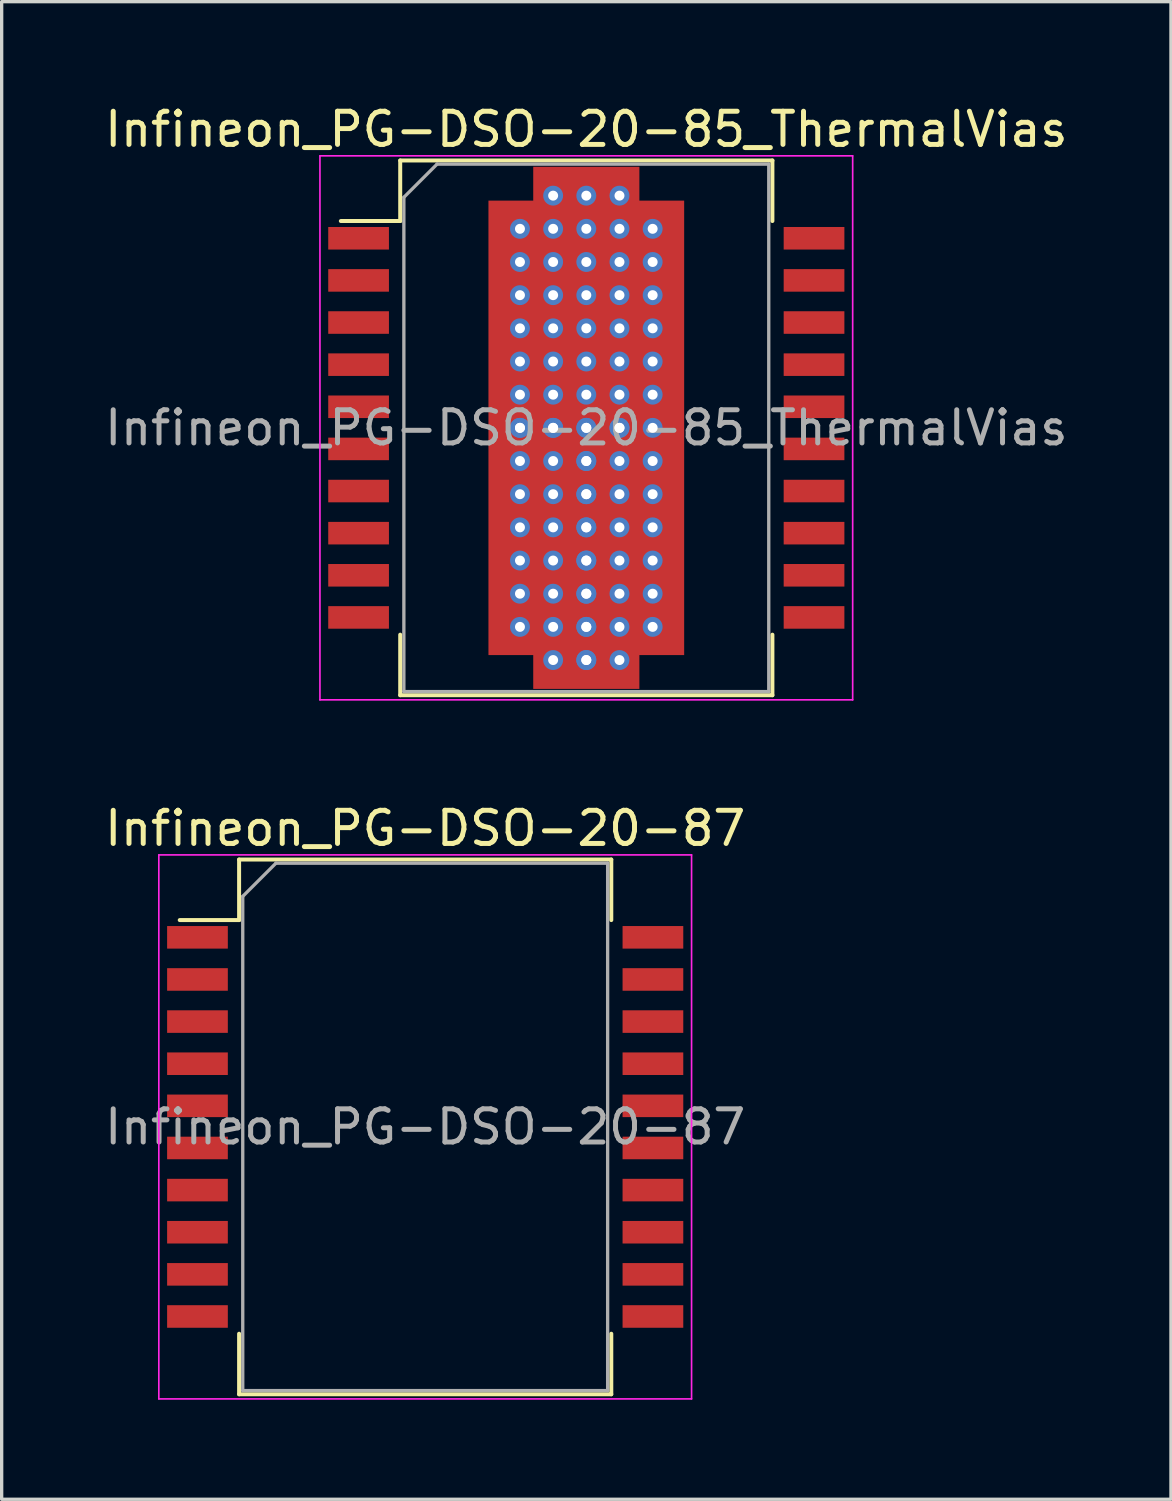
<source format=kicad_pcb>
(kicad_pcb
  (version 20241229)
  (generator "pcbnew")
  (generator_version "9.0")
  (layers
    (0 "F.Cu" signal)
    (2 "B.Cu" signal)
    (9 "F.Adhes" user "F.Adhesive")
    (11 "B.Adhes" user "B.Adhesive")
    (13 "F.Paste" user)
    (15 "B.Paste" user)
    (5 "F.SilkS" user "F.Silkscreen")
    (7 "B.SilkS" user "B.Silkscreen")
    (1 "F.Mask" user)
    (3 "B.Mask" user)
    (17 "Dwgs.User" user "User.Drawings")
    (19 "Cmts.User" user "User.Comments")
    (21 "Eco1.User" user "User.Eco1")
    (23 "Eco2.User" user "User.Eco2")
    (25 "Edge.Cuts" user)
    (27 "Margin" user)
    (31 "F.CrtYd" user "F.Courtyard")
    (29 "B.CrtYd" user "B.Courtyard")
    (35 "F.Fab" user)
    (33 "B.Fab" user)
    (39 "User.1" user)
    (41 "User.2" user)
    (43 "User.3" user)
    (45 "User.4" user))
  (footprint "Infineon_PG-DSO-20-85_ThermalVias"
    (layer "F.Cu")
    (at 14.625 9.848)
    (property "Reference" "Infineon_PG-DSO-20-85_ThermalVias" (at 0 -9 0) (layer "F.SilkS") (effects (font (size 1 1) (thickness 0.15))))
    (attr smd)
    (fp_line (start -7.4 -6.235) (end -5.61 -6.235) (stroke (width 0.12) (type solid)) (layer "F.SilkS"))
    (fp_line (start -5.61 -8.06) (end 5.61 -8.06) (stroke (width 0.12) (type solid)) (layer "F.SilkS"))
    (fp_line (start -5.61 -6.235) (end -5.61 -8.06) (stroke (width 0.12) (type solid)) (layer "F.SilkS"))
    (fp_line (start -5.61 6.235) (end -5.61 8.06) (stroke (width 0.12) (type solid)) (layer "F.SilkS"))
    (fp_line (start 5.61 -6.235) (end 5.61 -8.06) (stroke (width 0.12) (type solid)) (layer "F.SilkS"))
    (fp_line (start 5.61 6.235) (end 5.61 8.06) (stroke (width 0.12) (type solid)) (layer "F.SilkS"))
    (fp_line (start 5.61 8.06) (end -5.61 8.06) (stroke (width 0.12) (type solid)) (layer "F.SilkS"))
    (fp_line (start -8.03 -8.2) (end 8.03 -8.2) (stroke (width 0.05) (type solid)) (layer "F.CrtYd"))
    (fp_line (start -8.03 8.2) (end -8.03 -8.2) (stroke (width 0.05) (type solid)) (layer "F.CrtYd"))
    (fp_line (start -8.03 8.2) (end 8.03 8.2) (stroke (width 0.05) (type solid)) (layer "F.CrtYd"))
    (fp_line (start 8.03 8.2) (end 8.03 -8.2) (stroke (width 0.05) (type solid)) (layer "F.CrtYd"))
    (fp_line (start -5.5 -6.95) (end -4.5 -7.95) (stroke (width 0.1) (type solid)) (layer "F.Fab"))
    (fp_line (start -5.5 7.95) (end -5.5 -6.95) (stroke (width 0.1) (type solid)) (layer "F.Fab"))
    (fp_line (start -4.5 -7.95) (end 5.5 -7.95) (stroke (width 0.1) (type solid)) (layer "F.Fab"))
    (fp_line (start 5.5 -7.95) (end 5.5 7.95) (stroke (width 0.1) (type solid)) (layer "F.Fab"))
    (fp_line (start 5.5 7.95) (end -5.5 7.95) (stroke (width 0.1) (type solid)) (layer "F.Fab"))
    (fp_text user "${REFERENCE}" (at 0 0 0) (layer "F.Fab") (effects (font (size 1 1) (thickness 0.15))))
    (pad "" smd rect (at -1.4 -4.95) (size 2.4 2.8) (layers "F.Paste"))
    (pad "" smd rect (at -1.4 -1.65) (size 2.4 2.8) (layers "F.Paste"))
    (pad "" smd rect (at -1.4 1.65) (size 2.4 2.8) (layers "F.Paste"))
    (pad "" smd rect (at -1.4 4.95) (size 2.4 2.8) (layers "F.Paste"))
    (pad "" smd rect (at 0 -7.36) (size 3.2 1) (layers "F.Paste"))
    (pad "" smd rect (at 0 7.36) (size 3.2 1) (layers "F.Paste"))
    (pad "" smd rect (at 1.4 -4.95) (size 2.4 2.8) (layers "F.Paste"))
    (pad "" smd rect (at 1.4 -1.65) (size 2.4 2.8) (layers "F.Paste"))
    (pad "" smd rect (at 1.4 1.65) (size 2.4 2.8) (layers "F.Paste"))
    (pad "" smd rect (at 1.4 4.95) (size 2.4 2.8) (layers "F.Paste"))
    (pad "1" smd rect (at -6.865 -5.715) (size 1.83 0.68) (layers "F.Cu" "F.Mask" "F.Paste"))
    (pad "1" thru_hole circle (at -2 -6) (size 0.6 0.6) (drill 0.3) (layers "*.Cu" "*.Mask"))
    (pad "1" thru_hole circle (at -2 -5) (size 0.6 0.6) (drill 0.3) (layers "*.Cu" "*.Mask"))
    (pad "1" thru_hole circle (at -2 -4) (size 0.6 0.6) (drill 0.3) (layers "*.Cu" "*.Mask"))
    (pad "1" thru_hole circle (at -2 -3) (size 0.6 0.6) (drill 0.3) (layers "*.Cu" "*.Mask"))
    (pad "1" thru_hole circle (at -2 -2) (size 0.6 0.6) (drill 0.3) (layers "*.Cu" "*.Mask"))
    (pad "1" thru_hole circle (at -2 -1) (size 0.6 0.6) (drill 0.3) (layers "*.Cu" "*.Mask"))
    (pad "1" thru_hole circle (at -2 0) (size 0.6 0.6) (drill 0.3) (layers "*.Cu" "*.Mask"))
    (pad "1" thru_hole circle (at -2 0) (size 0.6 0.6) (drill 0.3) (layers "*.Cu" "*.Mask"))
    (pad "1" thru_hole circle (at -2 1) (size 0.6 0.6) (drill 0.3) (layers "*.Cu" "*.Mask"))
    (pad "1" thru_hole circle (at -2 2) (size 0.6 0.6) (drill 0.3) (layers "*.Cu" "*.Mask"))
    (pad "1" thru_hole circle (at -2 3) (size 0.6 0.6) (drill 0.3) (layers "*.Cu" "*.Mask"))
    (pad "1" thru_hole circle (at -2 4) (size 0.6 0.6) (drill 0.3) (layers "*.Cu" "*.Mask"))
    (pad "1" thru_hole circle (at -2 5) (size 0.6 0.6) (drill 0.3) (layers "*.Cu" "*.Mask"))
    (pad "1" thru_hole circle (at -2 6) (size 0.6 0.6) (drill 0.3) (layers "*.Cu" "*.Mask"))
    (pad "1" thru_hole circle (at -1 -7) (size 0.6 0.6) (drill 0.3) (layers "*.Cu" "*.Mask"))
    (pad "1" thru_hole circle (at -1 -6) (size 0.6 0.6) (drill 0.3) (layers "*.Cu" "*.Mask"))
    (pad "1" thru_hole circle (at -1 -5) (size 0.6 0.6) (drill 0.3) (layers "*.Cu" "*.Mask"))
    (pad "1" thru_hole circle (at -1 -4) (size 0.6 0.6) (drill 0.3) (layers "*.Cu" "*.Mask"))
    (pad "1" thru_hole circle (at -1 -3) (size 0.6 0.6) (drill 0.3) (layers "*.Cu" "*.Mask"))
    (pad "1" thru_hole circle (at -1 -2) (size 0.6 0.6) (drill 0.3) (layers "*.Cu" "*.Mask"))
    (pad "1" thru_hole circle (at -1 -1) (size 0.6 0.6) (drill 0.3) (layers "*.Cu" "*.Mask"))
    (pad "1" thru_hole circle (at -1 0) (size 0.6 0.6) (drill 0.3) (layers "*.Cu" "*.Mask"))
    (pad "1" thru_hole circle (at -1 0) (size 0.6 0.6) (drill 0.3) (layers "*.Cu" "*.Mask"))
    (pad "1" thru_hole circle (at -1 1) (size 0.6 0.6) (drill 0.3) (layers "*.Cu" "*.Mask"))
    (pad "1" thru_hole circle (at -1 2) (size 0.6 0.6) (drill 0.3) (layers "*.Cu" "*.Mask"))
    (pad "1" thru_hole circle (at -1 3) (size 0.6 0.6) (drill 0.3) (layers "*.Cu" "*.Mask"))
    (pad "1" thru_hole circle (at -1 4) (size 0.6 0.6) (drill 0.3) (layers "*.Cu" "*.Mask"))
    (pad "1" thru_hole circle (at -1 5) (size 0.6 0.6) (drill 0.3) (layers "*.Cu" "*.Mask"))
    (pad "1" thru_hole circle (at -1 6) (size 0.6 0.6) (drill 0.3) (layers "*.Cu" "*.Mask"))
    (pad "1" thru_hole circle (at -1 7) (size 0.6 0.6) (drill 0.3) (layers "*.Cu" "*.Mask"))
    (pad "1" thru_hole circle (at 0 -7) (size 0.6 0.6) (drill 0.3) (layers "*.Cu" "*.Mask"))
    (pad "1" thru_hole circle (at 0 -6) (size 0.6 0.6) (drill 0.3) (layers "*.Cu" "*.Mask"))
    (pad "1" thru_hole circle (at 0 -5) (size 0.6 0.6) (drill 0.3) (layers "*.Cu" "*.Mask"))
    (pad "1" thru_hole circle (at 0 -4) (size 0.6 0.6) (drill 0.3) (layers "*.Cu" "*.Mask"))
    (pad "1" thru_hole circle (at 0 -3) (size 0.6 0.6) (drill 0.3) (layers "*.Cu" "*.Mask"))
    (pad "1" thru_hole circle (at 0 -2) (size 0.6 0.6) (drill 0.3) (layers "*.Cu" "*.Mask"))
    (pad "1" thru_hole circle (at 0 -1) (size 0.6 0.6) (drill 0.3) (layers "*.Cu" "*.Mask"))
    (pad "1" thru_hole circle (at 0 0) (size 0.6 0.6) (drill 0.3) (layers "*.Cu" "*.Mask"))
    (pad "1" thru_hole circle (at 0 0) (size 0.6 0.6) (drill 0.3) (layers "*.Cu" "*.Mask"))
    (pad "1" thru_hole circle (at 0 1) (size 0.6 0.6) (drill 0.3) (layers "*.Cu" "*.Mask"))
    (pad "1" thru_hole circle (at 0 1) (size 0.6 0.6) (drill 0.3) (layers "*.Cu" "*.Mask"))
    (pad "1" thru_hole circle (at 0 2) (size 0.6 0.6) (drill 0.3) (layers "*.Cu" "*.Mask"))
    (pad "1" thru_hole circle (at 0 2) (size 0.6 0.6) (drill 0.3) (layers "*.Cu" "*.Mask"))
    (pad "1" thru_hole circle (at 0 3) (size 0.6 0.6) (drill 0.3) (layers "*.Cu" "*.Mask"))
    (pad "1" thru_hole circle (at 0 3) (size 0.6 0.6) (drill 0.3) (layers "*.Cu" "*.Mask"))
    (pad "1" thru_hole circle (at 0 4) (size 0.6 0.6) (drill 0.3) (layers "*.Cu" "*.Mask"))
    (pad "1" thru_hole circle (at 0 4) (size 0.6 0.6) (drill 0.3) (layers "*.Cu" "*.Mask"))
    (pad "1" thru_hole circle (at 0 5) (size 0.6 0.6) (drill 0.3) (layers "*.Cu" "*.Mask"))
    (pad "1" thru_hole circle (at 0 5) (size 0.6 0.6) (drill 0.3) (layers "*.Cu" "*.Mask"))
    (pad "1" thru_hole circle (at 0 6) (size 0.6 0.6) (drill 0.3) (layers "*.Cu" "*.Mask"))
    (pad "1" thru_hole circle (at 0 6) (size 0.6 0.6) (drill 0.3) (layers "*.Cu" "*.Mask"))
    (pad "1" thru_hole circle (at 0 7) (size 0.6 0.6) (drill 0.3) (layers "*.Cu" "*.Mask"))
    (pad "1" thru_hole circle (at 0 7) (size 0.6 0.6) (drill 0.3) (layers "*.Cu" "*.Mask"))
    (pad "1" thru_hole circle (at 1 -7) (size 0.6 0.6) (drill 0.3) (layers "*.Cu" "*.Mask"))
    (pad "1" thru_hole circle (at 1 -6) (size 0.6 0.6) (drill 0.3) (layers "*.Cu" "*.Mask"))
    (pad "1" thru_hole circle (at 1 -5) (size 0.6 0.6) (drill 0.3) (layers "*.Cu" "*.Mask"))
    (pad "1" thru_hole circle (at 1 -4) (size 0.6 0.6) (drill 0.3) (layers "*.Cu" "*.Mask"))
    (pad "1" thru_hole circle (at 1 -3) (size 0.6 0.6) (drill 0.3) (layers "*.Cu" "*.Mask"))
    (pad "1" thru_hole circle (at 1 -2) (size 0.6 0.6) (drill 0.3) (layers "*.Cu" "*.Mask"))
    (pad "1" thru_hole circle (at 1 -1) (size 0.6 0.6) (drill 0.3) (layers "*.Cu" "*.Mask"))
    (pad "1" thru_hole circle (at 1 0) (size 0.6 0.6) (drill 0.3) (layers "*.Cu" "*.Mask"))
    (pad "1" thru_hole circle (at 1 0) (size 0.6 0.6) (drill 0.3) (layers "*.Cu" "*.Mask"))
    (pad "1" thru_hole circle (at 1 1) (size 0.6 0.6) (drill 0.3) (layers "*.Cu" "*.Mask"))
    (pad "1" thru_hole circle (at 1 2) (size 0.6 0.6) (drill 0.3) (layers "*.Cu" "*.Mask"))
    (pad "1" thru_hole circle (at 1 3) (size 0.6 0.6) (drill 0.3) (layers "*.Cu" "*.Mask"))
    (pad "1" thru_hole circle (at 1 4) (size 0.6 0.6) (drill 0.3) (layers "*.Cu" "*.Mask"))
    (pad "1" thru_hole circle (at 1 5) (size 0.6 0.6) (drill 0.3) (layers "*.Cu" "*.Mask"))
    (pad "1" thru_hole circle (at 1 6) (size 0.6 0.6) (drill 0.3) (layers "*.Cu" "*.Mask"))
    (pad "1" thru_hole circle (at 1 7) (size 0.6 0.6) (drill 0.3) (layers "*.Cu" "*.Mask"))
    (pad "1" thru_hole circle (at 2 -6) (size 0.6 0.6) (drill 0.3) (layers "*.Cu" "*.Mask"))
    (pad "1" thru_hole circle (at 2 -5) (size 0.6 0.6) (drill 0.3) (layers "*.Cu" "*.Mask"))
    (pad "1" thru_hole circle (at 2 -4) (size 0.6 0.6) (drill 0.3) (layers "*.Cu" "*.Mask"))
    (pad "1" thru_hole circle (at 2 -3) (size 0.6 0.6) (drill 0.3) (layers "*.Cu" "*.Mask"))
    (pad "1" thru_hole circle (at 2 -2) (size 0.6 0.6) (drill 0.3) (layers "*.Cu" "*.Mask"))
    (pad "1" thru_hole circle (at 2 -1) (size 0.6 0.6) (drill 0.3) (layers "*.Cu" "*.Mask"))
    (pad "1" thru_hole circle (at 2 0) (size 0.6 0.6) (drill 0.3) (layers "*.Cu" "*.Mask"))
    (pad "1" thru_hole circle (at 2 1) (size 0.6 0.6) (drill 0.3) (layers "*.Cu" "*.Mask"))
    (pad "1" thru_hole circle (at 2 2) (size 0.6 0.6) (drill 0.3) (layers "*.Cu" "*.Mask"))
    (pad "1" thru_hole circle (at 2 3) (size 0.6 0.6) (drill 0.3) (layers "*.Cu" "*.Mask"))
    (pad "1" thru_hole circle (at 2 4) (size 0.6 0.6) (drill 0.3) (layers "*.Cu" "*.Mask"))
    (pad "1" thru_hole circle (at 2 5) (size 0.6 0.6) (drill 0.3) (layers "*.Cu" "*.Mask"))
    (pad "1" thru_hole circle (at 2 6) (size 0.6 0.6) (drill 0.3) (layers "*.Cu" "*.Mask"))
    (pad "2" smd rect (at -6.865 -4.445) (size 1.83 0.68) (layers "F.Cu" "F.Mask" "F.Paste"))
    (pad "3" smd rect (at -6.865 -3.175) (size 1.83 0.68) (layers "F.Cu" "F.Mask" "F.Paste"))
    (pad "4" smd rect (at -6.865 -1.905) (size 1.83 0.68) (layers "F.Cu" "F.Mask" "F.Paste"))
    (pad "5" smd rect (at -6.865 -0.635) (size 1.83 0.68) (layers "F.Cu" "F.Mask" "F.Paste"))
    (pad "6" smd rect (at -6.865 0.635) (size 1.83 0.68) (layers "F.Cu" "F.Mask" "F.Paste"))
    (pad "7" smd rect (at -6.865 1.905) (size 1.83 0.68) (layers "F.Cu" "F.Mask" "F.Paste"))
    (pad "8" smd rect (at -6.865 3.175) (size 1.83 0.68) (layers "F.Cu" "F.Mask" "F.Paste"))
    (pad "9" smd rect (at -6.865 4.445) (size 1.83 0.68) (layers "F.Cu" "F.Mask" "F.Paste"))
    (pad "10" smd rect (at -6.865 5.715) (size 1.83 0.68) (layers "F.Cu" "F.Mask" "F.Paste"))
    (pad "11" smd rect (at 6.865 5.715) (size 1.83 0.68) (layers "F.Cu" "F.Mask" "F.Paste"))
    (pad "12" smd rect (at 6.865 4.445) (size 1.83 0.68) (layers "F.Cu" "F.Mask" "F.Paste"))
    (pad "13" smd rect (at 6.865 3.175) (size 1.83 0.68) (layers "F.Cu" "F.Mask" "F.Paste"))
    (pad "14" smd rect (at 6.865 1.905) (size 1.83 0.68) (layers "F.Cu" "F.Mask" "F.Paste"))
    (pad "15" smd rect (at 6.865 0.635) (size 1.83 0.68) (layers "F.Cu" "F.Mask" "F.Paste"))
    (pad "16" smd rect (at 6.865 -0.635) (size 1.83 0.68) (layers "F.Cu" "F.Mask" "F.Paste"))
    (pad "17" smd rect (at 6.865 -1.905) (size 1.83 0.68) (layers "F.Cu" "F.Mask" "F.Paste"))
    (pad "18" smd rect (at 6.865 -3.175) (size 1.83 0.68) (layers "F.Cu" "F.Mask" "F.Paste"))
    (pad "19" smd rect (at 6.865 -4.445) (size 1.83 0.68) (layers "F.Cu" "F.Mask" "F.Paste"))
    (pad "20" smd rect (at 6.865 -5.715) (size 1.83 0.68) (layers "F.Cu" "F.Mask" "F.Paste"))
    (pad "21" smd custom (at 0 0) (size 5.9 13.7) (layers "F.Cu" "F.Mask") (options (anchor rect)) (primitives (gr_poly (pts (xy 1.6 7.87) (xy -1.6 7.87) (xy -1.6 -7.87) (xy 1.6 -7.87)) (width 0) (fill yes)))))
  (footprint "Infineon_PG-DSO-20-87"
    (layer "F.Cu")
    (at 9.768 30.922)
    (property "Reference" "Infineon_PG-DSO-20-87" (at 0 -9 0) (layer "F.SilkS") (effects (font (size 1 1) (thickness 0.15))))
    (attr smd)
    (fp_line (start -7.4 -6.235) (end -5.61 -6.235) (stroke (width 0.12) (type solid)) (layer "F.SilkS"))
    (fp_line (start -5.61 -8.06) (end 5.61 -8.06) (stroke (width 0.12) (type solid)) (layer "F.SilkS"))
    (fp_line (start -5.61 -6.235) (end -5.61 -8.06) (stroke (width 0.12) (type solid)) (layer "F.SilkS"))
    (fp_line (start -5.61 6.235) (end -5.61 8.06) (stroke (width 0.12) (type solid)) (layer "F.SilkS"))
    (fp_line (start 5.61 -6.235) (end 5.61 -8.06) (stroke (width 0.12) (type solid)) (layer "F.SilkS"))
    (fp_line (start 5.61 6.235) (end 5.61 8.06) (stroke (width 0.12) (type solid)) (layer "F.SilkS"))
    (fp_line (start 5.61 8.06) (end -5.61 8.06) (stroke (width 0.12) (type solid)) (layer "F.SilkS"))
    (fp_line (start -8.03 -8.2) (end 8.03 -8.2) (stroke (width 0.05) (type solid)) (layer "F.CrtYd"))
    (fp_line (start -8.03 8.2) (end -8.03 -8.2) (stroke (width 0.05) (type solid)) (layer "F.CrtYd"))
    (fp_line (start -8.03 8.2) (end 8.03 8.2) (stroke (width 0.05) (type solid)) (layer "F.CrtYd"))
    (fp_line (start 8.03 8.2) (end 8.03 -8.2) (stroke (width 0.05) (type solid)) (layer "F.CrtYd"))
    (fp_line (start -5.5 -6.95) (end -4.5 -7.95) (stroke (width 0.1) (type solid)) (layer "F.Fab"))
    (fp_line (start -5.5 7.95) (end -5.5 -6.95) (stroke (width 0.1) (type solid)) (layer "F.Fab"))
    (fp_line (start -4.5 -7.95) (end 5.5 -7.95) (stroke (width 0.1) (type solid)) (layer "F.Fab"))
    (fp_line (start 5.5 -7.95) (end 5.5 7.95) (stroke (width 0.1) (type solid)) (layer "F.Fab"))
    (fp_line (start 5.5 7.95) (end -5.5 7.95) (stroke (width 0.1) (type solid)) (layer "F.Fab"))
    (fp_text user "${REFERENCE}" (at 0 0 0) (layer "F.Fab") (effects (font (size 1 1) (thickness 0.15))))
    (pad "1" smd rect (at -6.865 -5.715) (size 1.83 0.68) (layers "F.Cu" "F.Mask" "F.Paste"))
    (pad "2" smd rect (at -6.865 -4.445) (size 1.83 0.68) (layers "F.Cu" "F.Mask" "F.Paste"))
    (pad "3" smd rect (at -6.865 -3.175) (size 1.83 0.68) (layers "F.Cu" "F.Mask" "F.Paste"))
    (pad "4" smd rect (at -6.865 -1.905) (size 1.83 0.68) (layers "F.Cu" "F.Mask" "F.Paste"))
    (pad "5" smd rect (at -6.865 -0.635) (size 1.83 0.68) (layers "F.Cu" "F.Mask" "F.Paste"))
    (pad "6" smd rect (at -6.865 0.635) (size 1.83 0.68) (layers "F.Cu" "F.Mask" "F.Paste"))
    (pad "7" smd rect (at -6.865 1.905) (size 1.83 0.68) (layers "F.Cu" "F.Mask" "F.Paste"))
    (pad "8" smd rect (at -6.865 3.175) (size 1.83 0.68) (layers "F.Cu" "F.Mask" "F.Paste"))
    (pad "9" smd rect (at -6.865 4.445) (size 1.83 0.68) (layers "F.Cu" "F.Mask" "F.Paste"))
    (pad "10" smd rect (at -6.865 5.715) (size 1.83 0.68) (layers "F.Cu" "F.Mask" "F.Paste"))
    (pad "11" smd rect (at 6.865 5.715) (size 1.83 0.68) (layers "F.Cu" "F.Mask" "F.Paste"))
    (pad "12" smd rect (at 6.865 4.445) (size 1.83 0.68) (layers "F.Cu" "F.Mask" "F.Paste"))
    (pad "13" smd rect (at 6.865 3.175) (size 1.83 0.68) (layers "F.Cu" "F.Mask" "F.Paste"))
    (pad "14" smd rect (at 6.865 1.905) (size 1.83 0.68) (layers "F.Cu" "F.Mask" "F.Paste"))
    (pad "15" smd rect (at 6.865 0.635) (size 1.83 0.68) (layers "F.Cu" "F.Mask" "F.Paste"))
    (pad "16" smd rect (at 6.865 -0.635) (size 1.83 0.68) (layers "F.Cu" "F.Mask" "F.Paste"))
    (pad "17" smd rect (at 6.865 -1.905) (size 1.83 0.68) (layers "F.Cu" "F.Mask" "F.Paste"))
    (pad "18" smd rect (at 6.865 -3.175) (size 1.83 0.68) (layers "F.Cu" "F.Mask" "F.Paste"))
    (pad "19" smd rect (at 6.865 -4.445) (size 1.83 0.68) (layers "F.Cu" "F.Mask" "F.Paste"))
    (pad "20" smd rect (at 6.865 -5.715) (size 1.83 0.68) (layers "F.Cu" "F.Mask" "F.Paste")))
  (gr_rect
    (start -3 -3)
    (end 32.25 42.147)
    (stroke (width 0.1) (type default))
    (fill no)
    (layer "Edge.Cuts")))
</source>
